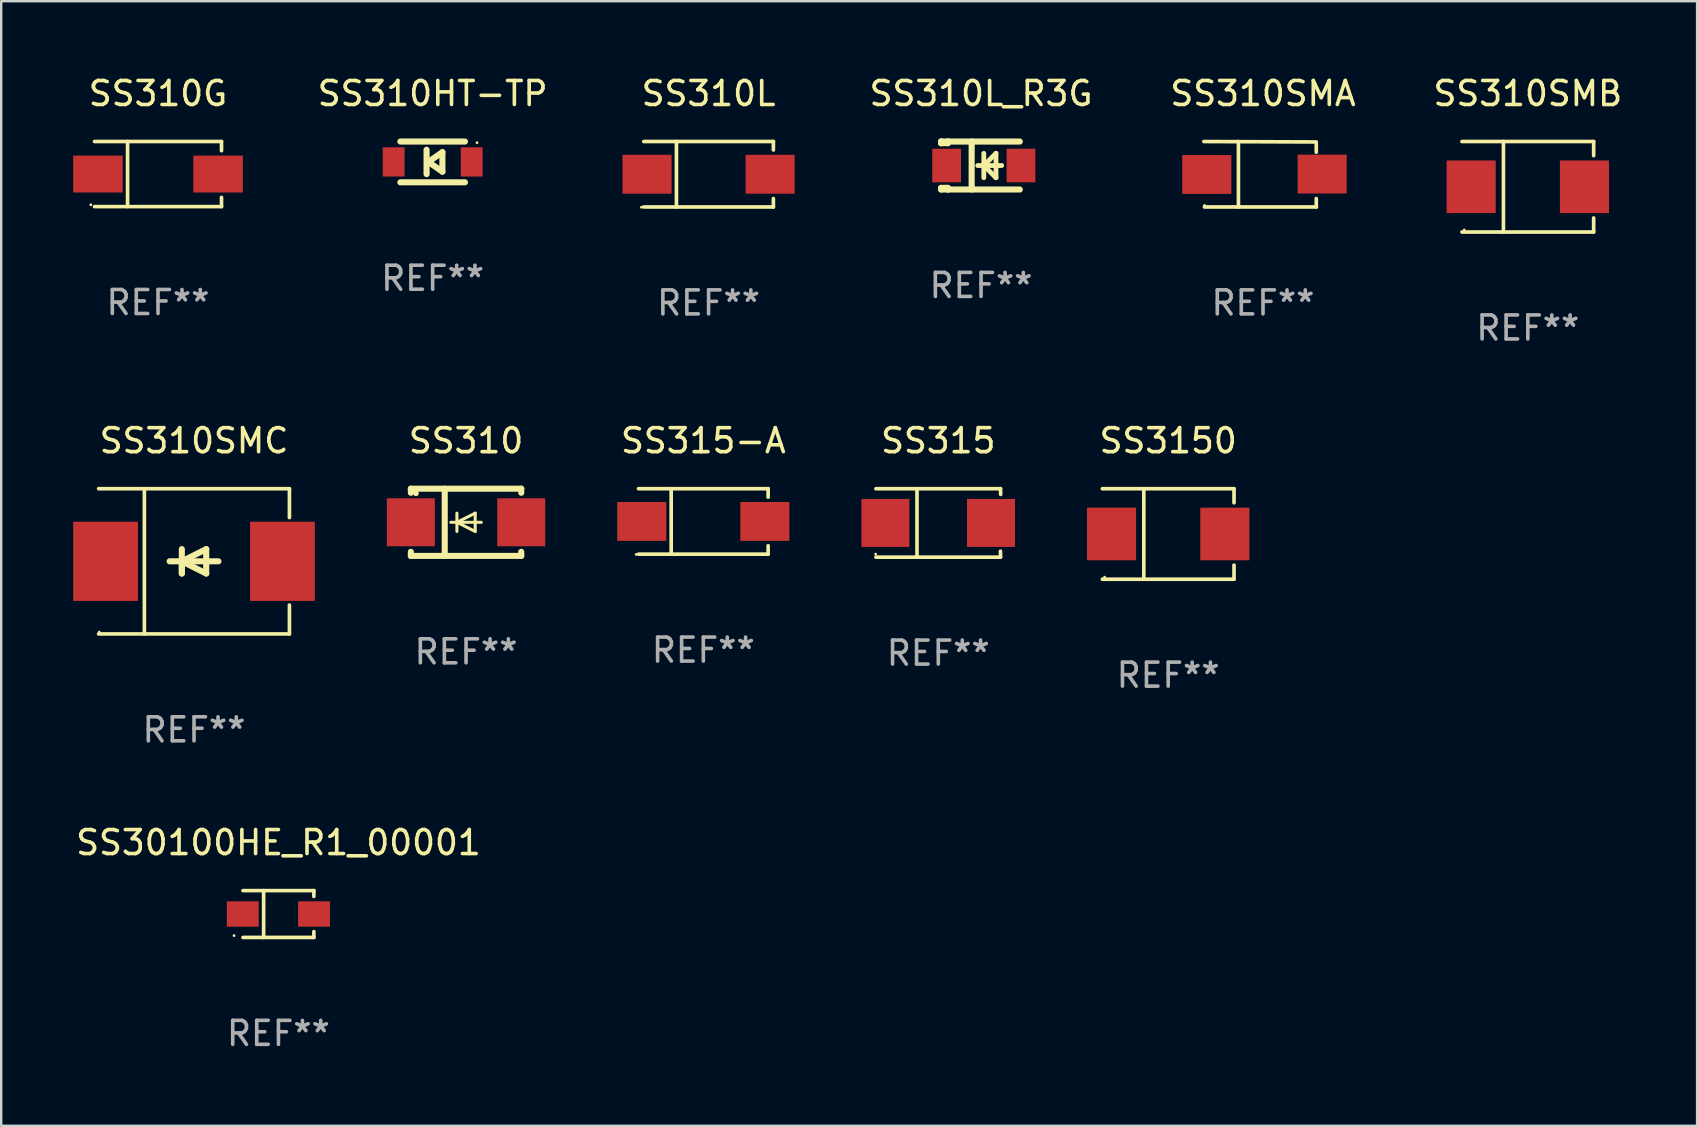
<source format=kicad_pcb>
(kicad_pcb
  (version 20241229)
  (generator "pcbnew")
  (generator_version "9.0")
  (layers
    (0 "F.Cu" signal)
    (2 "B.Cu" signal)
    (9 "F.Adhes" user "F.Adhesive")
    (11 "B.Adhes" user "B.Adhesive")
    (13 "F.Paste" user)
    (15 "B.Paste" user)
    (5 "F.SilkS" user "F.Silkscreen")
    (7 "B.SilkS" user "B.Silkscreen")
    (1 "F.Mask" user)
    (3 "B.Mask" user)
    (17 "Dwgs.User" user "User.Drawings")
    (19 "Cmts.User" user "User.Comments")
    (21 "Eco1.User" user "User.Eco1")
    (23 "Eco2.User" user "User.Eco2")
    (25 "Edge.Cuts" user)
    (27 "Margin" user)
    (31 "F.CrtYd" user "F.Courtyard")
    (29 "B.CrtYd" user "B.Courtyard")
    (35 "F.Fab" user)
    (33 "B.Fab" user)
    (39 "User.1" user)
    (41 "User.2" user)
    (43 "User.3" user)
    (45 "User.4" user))
  (footprint "SS310SMC"
    (layer "F.Cu")
    (at 5.036 20.343)
    (property "Reference" "SS310SMC" (at 0 -5.026 0) (layer "F.SilkS") (effects (font (size 1 1) (thickness 0.15))))
    (attr through_hole)
    (fp_line (start -3.976 -3.026) (end 3.976 -3.026) (stroke (width 0.152) (type solid)) (layer "F.SilkS"))
    (fp_line (start -3.976 3.026) (end 3.976 3.026) (stroke (width 0.152) (type solid)) (layer "F.SilkS"))
    (fp_line (start -2.069 -3.026) (end -2.069 3.026) (stroke (width 0.152) (type solid)) (layer "F.SilkS"))
    (fp_line (start -0.508 0) (end -0.508 0.508) (stroke (width 0.254) (type solid)) (layer "F.SilkS"))
    (fp_line (start -0.508 0) (end 0.508 0.508) (stroke (width 0.254) (type solid)) (layer "F.SilkS"))
    (fp_line (start -0.508 0.508) (end -0.508 -0.508) (stroke (width 0.254) (type solid)) (layer "F.SilkS"))
    (fp_line (start 0.508 -0.508) (end -0.508 0) (stroke (width 0.254) (type solid)) (layer "F.SilkS"))
    (fp_line (start 0.508 0.508) (end 0.508 -0.508) (stroke (width 0.254) (type solid)) (layer "F.SilkS"))
    (fp_line (start 1.016 0) (end -1.016 0) (stroke (width 0.254) (type solid)) (layer "F.SilkS"))
    (fp_line (start 3.976 -3.026) (end 3.976 -1.823) (stroke (width 0.152) (type solid)) (layer "F.SilkS"))
    (fp_line (start 3.976 3.026) (end 3.976 1.823) (stroke (width 0.152) (type solid)) (layer "F.SilkS"))
    (fp_circle (center -3.95 2.95) (end -3.92 2.95) (stroke (width 0.06) (type solid)) (fill no) (layer "F.SilkS"))
    (fp_text user "REF**" (at 0 7.026 0) (layer "F.Fab") (effects (font (size 1 1) (thickness 0.15))))
    (pad "1" smd rect (at -3.686 0) (size 2.7 3.3) (layers "F.Cu" "F.Mask" "F.Paste"))
    (pad "2" smd rect (at 3.686 0) (size 2.7 3.3) (layers "F.Cu" "F.Mask" "F.Paste")))
  (footprint "SS310SMA"
    (layer "F.Cu")
    (at 49.586 4.212)
    (property "Reference" "SS310SMA" (at 0 -3.364 0) (layer "F.SilkS") (effects (font (size 1 1) (thickness 0.15))))
    (attr through_hole)
    (fp_line (start -2.465 -1.364) (end 2.22 -1.346) (stroke (width 0.152) (type solid)) (layer "F.SilkS"))
    (fp_line (start -2.442 1.364) (end 2.226 1.364) (stroke (width 0.152) (type solid)) (layer "F.SilkS"))
    (fp_line (start -1.024 -1.364) (end -1.024 1.364) (stroke (width 0.152) (type solid)) (layer "F.SilkS"))
    (fp_line (start 2.22 -1.27) (end 2.22 -0.919) (stroke (width 0.152) (type solid)) (layer "F.SilkS"))
    (fp_line (start 2.22 1.364) (end 2.22 1.013) (stroke (width 0.152) (type solid)) (layer "F.SilkS"))
    (fp_circle (center -2.439 1.3) (end -2.409 1.3) (stroke (width 0.06) (type solid)) (fill no) (layer "F.SilkS"))
    (fp_text user "REF**" (at 0 5.364 0) (layer "F.Fab") (effects (font (size 1 1) (thickness 0.15))))
    (pad "1" smd rect (at -2.343 0.009) (size 2.046 1.62) (layers "F.Cu" "F.Mask" "F.Paste"))
    (pad "2" smd rect (at 2.465 -0.009 180) (size 2.046 1.62) (layers "F.Cu" "F.Mask" "F.Paste")))
  (footprint "SS310SMB"
    (layer "F.Cu")
    (at 60.622 4.734)
    (property "Reference" "SS310SMB" (at 0 -3.886 0) (layer "F.SilkS") (effects (font (size 1 1) (thickness 0.15))))
    (attr through_hole)
    (fp_line (start -2.744 -1.886) (end 2.744 -1.886) (stroke (width 0.152) (type solid)) (layer "F.SilkS"))
    (fp_line (start -2.744 1.886) (end 2.744 1.886) (stroke (width 0.152) (type solid)) (layer "F.SilkS"))
    (fp_line (start -1.016 -1.886) (end -1.016 1.886) (stroke (width 0.152) (type solid)) (layer "F.SilkS"))
    (fp_line (start 2.744 -1.886) (end 2.744 -1.299) (stroke (width 0.152) (type solid)) (layer "F.SilkS"))
    (fp_line (start 2.744 1.886) (end 2.744 1.299) (stroke (width 0.152) (type solid)) (layer "F.SilkS"))
    (fp_circle (center -2.65 1.8) (end -2.62 1.8) (stroke (width 0.06) (type solid)) (fill no) (layer "F.SilkS"))
    (fp_text user "REF**" (at 0 5.886 0) (layer "F.Fab") (effects (font (size 1 1) (thickness 0.15))))
    (pad "1" smd rect (at -2.361 0) (size 2.047 2.192) (layers "F.Cu" "F.Mask" "F.Paste"))
    (pad "2" smd rect (at 2.361 0) (size 2.047 2.192) (layers "F.Cu" "F.Mask" "F.Paste")))
  (footprint "SS310HT-TP"
    (layer "F.Cu")
    (at 14.981 3.698)
    (property "Reference" "SS310HT-TP" (at 0 -2.85 0) (layer "F.SilkS") (effects (font (size 1 1) (thickness 0.15))))
    (attr through_hole)
    (fp_line (start -1.346 -0.85) (end 1.346 -0.85) (stroke (width 0.254) (type solid)) (layer "F.SilkS"))
    (fp_line (start -0.254 -0.508) (end -0.254 0.508) (stroke (width 0.254) (type solid)) (layer "F.SilkS"))
    (fp_line (start -0.178 0) (end 0.406 -0.406) (stroke (width 0.254) (type solid)) (layer "F.SilkS"))
    (fp_line (start 0.406 -0.406) (end 0.406 0.406) (stroke (width 0.254) (type solid)) (layer "F.SilkS"))
    (fp_line (start 0.406 0.406) (end -0.178 0) (stroke (width 0.254) (type solid)) (layer "F.SilkS"))
    (fp_line (start 1.346 0.85) (end -1.346 0.85) (stroke (width 0.254) (type solid)) (layer "F.SilkS"))
    (fp_circle (center 1.85 -0.8) (end 1.88 -0.8) (stroke (width 0.06) (type solid)) (fill no) (layer "F.SilkS"))
    (fp_text user "REF**" (at 0 4.85 0) (layer "F.Fab") (effects (font (size 1 1) (thickness 0.15))))
    (pad "1" smd rect (at 1.626 0) (size 0.909 1.219) (layers "F.Cu" "F.Mask" "F.Paste"))
    (pad "2" smd rect (at -1.626 0) (size 0.909 1.219) (layers "F.Cu" "F.Mask" "F.Paste")))
  (footprint "SS30100HE_R1_00001"
    (layer "F.Cu")
    (at 8.554 35.042)
    (property "Reference" "SS30100HE_R1_00001" (at 0 -2.976 0) (layer "F.SilkS") (effects (font (size 1 1) (thickness 0.15))))
    (attr through_hole)
    (fp_line (start -1.476 -0.976) (end 1.476 -0.976) (stroke (width 0.152) (type solid)) (layer "F.SilkS"))
    (fp_line (start -1.476 0.976) (end 1.476 0.976) (stroke (width 0.152) (type solid)) (layer "F.SilkS"))
    (fp_line (start -0.617 -0.976) (end -0.617 0.976) (stroke (width 0.152) (type solid)) (layer "F.SilkS"))
    (fp_line (start 1.476 -0.976) (end 1.476 -0.733) (stroke (width 0.152) (type solid)) (layer "F.SilkS"))
    (fp_line (start 1.476 0.976) (end 1.476 0.733) (stroke (width 0.152) (type solid)) (layer "F.SilkS"))
    (fp_circle (center -1.85 0.9) (end -1.82 0.9) (stroke (width 0.06) (type solid)) (fill no) (layer "F.SilkS"))
    (fp_text user "REF**" (at 0 4.976 0) (layer "F.Fab") (effects (font (size 1 1) (thickness 0.15))))
    (pad "1" smd rect (at -1.485 0) (size 1.33 1.06) (layers "F.Cu" "F.Mask" "F.Paste"))
    (pad "2" smd rect (at 1.485 0) (size 1.33 1.06) (layers "F.Cu" "F.Mask" "F.Paste")))
  (footprint "SS315"
    (layer "F.Cu")
    (at 36.053 18.743)
    (property "Reference" "SS315" (at 0 -3.426 0) (layer "F.SilkS") (effects (font (size 1 1) (thickness 0.15))))
    (attr through_hole)
    (fp_line (start -2.6 -1.426) (end 2.593 -1.426) (stroke (width 0.152) (type solid)) (layer "F.SilkS"))
    (fp_line (start -2.6 1.426) (end 2.593 1.426) (stroke (width 0.152) (type solid)) (layer "F.SilkS"))
    (fp_line (start -0.887 -1.426) (end -0.887 1.426) (stroke (width 0.152) (type solid)) (layer "F.SilkS"))
    (fp_line (start 2.59 1.176) (end 2.597 1.415) (stroke (width 0.152) (type solid)) (layer "F.SilkS"))
    (fp_line (start 2.593 -1.426) (end 2.6 -1.187) (stroke (width 0.152) (type solid)) (layer "F.SilkS"))
    (fp_circle (center -2.608 1.3) (end -2.578 1.3) (stroke (width 0.06) (type solid)) (fill no) (layer "F.SilkS"))
    (fp_text user "REF**" (at 0 5.426 0) (layer "F.Fab") (effects (font (size 1 1) (thickness 0.15))))
    (pad "1" smd rect (at -2.203 0 180) (size 2 2) (layers "F.Cu" "F.Mask" "F.Paste"))
    (pad "2" smd rect (at 2.197 0 180) (size 2 2) (layers "F.Cu" "F.Mask" "F.Paste")))
  (footprint "SS310G"
    (layer "F.Cu")
    (at 3.535 4.204)
    (property "Reference" "SS310G" (at 0 -3.356 0) (layer "F.SilkS") (effects (font (size 1 1) (thickness 0.15))))
    (attr through_hole)
    (fp_line (start -2.646 -1.356) (end 2.646 -1.356) (stroke (width 0.152) (type solid)) (layer "F.SilkS"))
    (fp_line (start -2.646 1.356) (end 2.646 1.356) (stroke (width 0.152) (type solid)) (layer "F.SilkS"))
    (fp_line (start -1.269 -1.356) (end -1.269 1.356) (stroke (width 0.152) (type solid)) (layer "F.SilkS"))
    (fp_line (start 2.646 -1.356) (end 2.646 -0.973) (stroke (width 0.152) (type solid)) (layer "F.SilkS"))
    (fp_line (start 2.646 1.356) (end 2.646 0.973) (stroke (width 0.152) (type solid)) (layer "F.SilkS"))
    (fp_circle (center -2.8 1.28) (end -2.77 1.28) (stroke (width 0.06) (type solid)) (fill no) (layer "F.SilkS"))
    (fp_text user "REF**" (at 0 5.356 0) (layer "F.Fab") (effects (font (size 1 1) (thickness 0.15))))
    (pad "1" smd rect (at 2.504 0) (size 2.063 1.539) (layers "F.Cu" "F.Mask" "F.Paste"))
    (pad "2" smd rect (at -2.504 0) (size 2.063 1.539) (layers "F.Cu" "F.Mask" "F.Paste")))
  (footprint "SS310"
    (layer "F.Cu")
    (at 16.373 18.717)
    (property "Reference" "SS310" (at 0 -3.4 0) (layer "F.SilkS") (effects (font (size 1 1) (thickness 0.15))))
    (attr through_hole)
    (fp_line (start -2.3 -1.4) (end -2.3 -1.231) (stroke (width 0.254) (type solid)) (layer "F.SilkS"))
    (fp_line (start -2.3 -1.4) (end 2.3 -1.4) (stroke (width 0.254) (type solid)) (layer "F.SilkS"))
    (fp_line (start -2.3 1.231) (end -2.3 1.4) (stroke (width 0.254) (type solid)) (layer "F.SilkS"))
    (fp_line (start -2.3 1.4) (end 2.3 1.4) (stroke (width 0.254) (type solid)) (layer "F.SilkS"))
    (fp_line (start -0.889 1.4) (end -0.889 -1.4) (stroke (width 0.254) (type solid)) (layer "F.SilkS"))
    (fp_line (start -0.381 0) (end -0.381 -0.381) (stroke (width 0.127) (type solid)) (layer "F.SilkS"))
    (fp_line (start -0.381 0) (end -0.381 0.381) (stroke (width 0.127) (type solid)) (layer "F.SilkS"))
    (fp_line (start 0.381 -0.381) (end -0.381 0) (stroke (width 0.127) (type solid)) (layer "F.SilkS"))
    (fp_line (start 0.381 0) (end 0.381 -0.381) (stroke (width 0.127) (type solid)) (layer "F.SilkS"))
    (fp_line (start 0.381 0) (end 0.381 0.381) (stroke (width 0.127) (type solid)) (layer "F.SilkS"))
    (fp_line (start 0.381 0.381) (end -0.381 0) (stroke (width 0.127) (type solid)) (layer "F.SilkS"))
    (fp_line (start 0.635 0) (end -0.635 0) (stroke (width 0.127) (type solid)) (layer "F.SilkS"))
    (fp_line (start 2.3 -1.4) (end 2.3 -1.231) (stroke (width 0.254) (type solid)) (layer "F.SilkS"))
    (fp_line (start 2.3 1.231) (end 2.3 1.4) (stroke (width 0.254) (type solid)) (layer "F.SilkS"))
    (fp_circle (center -2.088 -1.208) (end -2.028 -1.208) (stroke (width 0.12) (type solid)) (fill no) (layer "F.SilkS"))
    (fp_text user "REF**" (at 0 5.4 0) (layer "F.Fab") (effects (font (size 1 1) (thickness 0.15))))
    (pad "1" smd rect (at -2.3 0 180) (size 2 2) (layers "F.Cu" "F.Mask" "F.Paste"))
    (pad "2" smd rect (at 2.3 0 180) (size 2 2) (layers "F.Cu" "F.Mask" "F.Paste")))
  (footprint "SS315-A"
    (layer "F.Cu")
    (at 26.261 18.681)
    (property "Reference" "SS315-A" (at 0 -3.364 0) (layer "F.SilkS") (effects (font (size 1 1) (thickness 0.15))))
    (attr through_hole)
    (fp_line (start -2.701 -1.364) (end 2.701 -1.364) (stroke (width 0.152) (type solid)) (layer "F.SilkS"))
    (fp_line (start -2.701 1.364) (end 2.701 1.364) (stroke (width 0.152) (type solid)) (layer "F.SilkS"))
    (fp_line (start -1.339 -1.364) (end -1.339 1.364) (stroke (width 0.152) (type solid)) (layer "F.SilkS"))
    (fp_line (start 2.701 -1.364) (end 2.701 -1.013) (stroke (width 0.152) (type solid)) (layer "F.SilkS"))
    (fp_line (start 2.701 1.364) (end 2.701 1.013) (stroke (width 0.152) (type solid)) (layer "F.SilkS"))
    (fp_circle (center -2.8 1.375) (end -2.77 1.375) (stroke (width 0.06) (type solid)) (fill no) (layer "F.SilkS"))
    (fp_text user "REF**" (at 0 5.364 0) (layer "F.Fab") (effects (font (size 1 1) (thickness 0.15))))
    (pad "1" smd rect (at -2.565 -0.000025) (size 2.046 1.62) (layers "F.Cu" "F.Mask" "F.Paste"))
    (pad "2" smd rect (at 2.565 -0.000025) (size 2.046 1.62) (layers "F.Cu" "F.Mask" "F.Paste")))
  (footprint "SS310L_R3G"
    (layer "F.Cu")
    (at 37.836 3.848)
    (property "Reference" "SS310L_R3G" (at 0 -3 0) (layer "F.SilkS") (effects (font (size 1 1) (thickness 0.15))))
    (attr through_hole)
    (fp_line (start -1.664 -1) (end -1.664 -0.931) (stroke (width 0.254) (type solid)) (layer "F.SilkS"))
    (fp_line (start -1.664 -0.931) (end -1.664 -1) (stroke (width 0.254) (type solid)) (layer "F.SilkS"))
    (fp_line (start -1.664 0.931) (end -1.386 0.931) (stroke (width 0.254) (type solid)) (layer "F.SilkS"))
    (fp_line (start -1.664 1) (end -1.664 0.931) (stroke (width 0.254) (type solid)) (layer "F.SilkS"))
    (fp_line (start -1.386 -1) (end -1.664 -1) (stroke (width 0.254) (type solid)) (layer "F.SilkS"))
    (fp_line (start -1.386 -1) (end -1.386 -0.931) (stroke (width 0.254) (type solid)) (layer "F.SilkS"))
    (fp_line (start -1.386 -1) (end 1.614 -1) (stroke (width 0.254) (type solid)) (layer "F.SilkS"))
    (fp_line (start -1.386 -0.931) (end -1.664 -0.931) (stroke (width 0.254) (type solid)) (layer "F.SilkS"))
    (fp_line (start -1.386 0.931) (end -1.386 1) (stroke (width 0.254) (type solid)) (layer "F.SilkS"))
    (fp_line (start -1.386 1) (end -1.664 1) (stroke (width 0.254) (type solid)) (layer "F.SilkS"))
    (fp_line (start -1.386 1) (end 1.614 1) (stroke (width 0.254) (type solid)) (layer "F.SilkS"))
    (fp_line (start -0.392 -1) (end -0.392 1) (stroke (width 0.254) (type solid)) (layer "F.SilkS"))
    (fp_line (start -0.14 0) (end 0.86 0) (stroke (width 0.2) (type solid)) (layer "F.SilkS"))
    (fp_line (start 0.114 -0.508) (end 0.114 0.508) (stroke (width 0.2) (type solid)) (layer "F.SilkS"))
    (fp_line (start 0.114 0) (end 0.622 -0.508) (stroke (width 0.2) (type solid)) (layer "F.SilkS"))
    (fp_line (start 0.622 -0.508) (end 0.622 0.508) (stroke (width 0.2) (type solid)) (layer "F.SilkS"))
    (fp_line (start 0.622 0.508) (end 0.114 0) (stroke (width 0.2) (type solid)) (layer "F.SilkS"))
    (fp_circle (center -1.692 0.9) (end -1.662 0.9) (stroke (width 0.06) (type solid)) (fill no) (layer "F.SilkS"))
    (fp_text user "REF**" (at 0 5 0) (layer "F.Fab") (effects (font (size 1 1) (thickness 0.15))))
    (pad "1" smd rect (at -1.436 0) (size 1.2 1.4) (layers "F.Cu" "F.Mask" "F.Paste"))
    (pad "2" smd rect (at 1.664 0) (size 1.2 1.4) (layers "F.Cu" "F.Mask" "F.Paste")))
  (footprint "SS310L"
    (layer "F.Cu")
    (at 26.48 4.212)
    (property "Reference" "SS310L" (at 0 -3.364 0) (layer "F.SilkS") (effects (font (size 1 1) (thickness 0.15))))
    (attr through_hole)
    (fp_line (start -2.701 -1.364) (end 2.701 -1.364) (stroke (width 0.152) (type solid)) (layer "F.SilkS"))
    (fp_line (start -2.701 1.364) (end 2.701 1.364) (stroke (width 0.152) (type solid)) (layer "F.SilkS"))
    (fp_line (start -1.339 -1.364) (end -1.339 1.364) (stroke (width 0.152) (type solid)) (layer "F.SilkS"))
    (fp_line (start 2.701 -1.364) (end 2.701 -1.013) (stroke (width 0.152) (type solid)) (layer "F.SilkS"))
    (fp_line (start 2.701 1.364) (end 2.701 1.013) (stroke (width 0.152) (type solid)) (layer "F.SilkS"))
    (fp_circle (center -2.8 1.375) (end -2.77 1.375) (stroke (width 0.06) (type solid)) (fill no) (layer "F.SilkS"))
    (fp_text user "REF**" (at 0 5.364 0) (layer "F.Fab") (effects (font (size 1 1) (thickness 0.15))))
    (pad "1" smd rect (at -2.565 -0.000025) (size 2.046 1.62) (layers "F.Cu" "F.Mask" "F.Paste"))
    (pad "2" smd rect (at 2.565 -0.000025) (size 2.046 1.62) (layers "F.Cu" "F.Mask" "F.Paste")))
  (footprint "SS3150"
    (layer "F.Cu")
    (at 45.634 19.203)
    (property "Reference" "SS3150" (at 0 -3.886 0) (layer "F.SilkS") (effects (font (size 1 1) (thickness 0.15))))
    (attr through_hole)
    (fp_line (start -2.744 -1.886) (end 2.744 -1.886) (stroke (width 0.152) (type solid)) (layer "F.SilkS"))
    (fp_line (start -2.744 1.886) (end 2.744 1.886) (stroke (width 0.152) (type solid)) (layer "F.SilkS"))
    (fp_line (start -1.016 -1.886) (end -1.016 1.886) (stroke (width 0.152) (type solid)) (layer "F.SilkS"))
    (fp_line (start 2.744 -1.886) (end 2.744 -1.299) (stroke (width 0.152) (type solid)) (layer "F.SilkS"))
    (fp_line (start 2.744 1.886) (end 2.744 1.299) (stroke (width 0.152) (type solid)) (layer "F.SilkS"))
    (fp_circle (center -2.65 1.8) (end -2.62 1.8) (stroke (width 0.06) (type solid)) (fill no) (layer "F.SilkS"))
    (fp_text user "REF**" (at 0 5.886 0) (layer "F.Fab") (effects (font (size 1 1) (thickness 0.15))))
    (pad "1" smd rect (at -2.361 0) (size 2.047 2.192) (layers "F.Cu" "F.Mask" "F.Paste"))
    (pad "2" smd rect (at 2.361 0) (size 2.047 2.192) (layers "F.Cu" "F.Mask" "F.Paste")))
  (gr_rect
    (start -3 -3)
    (end 67.676 43.867)
    (stroke (width 0.1) (type default))
    (fill no)
    (layer "Edge.Cuts")))
</source>
